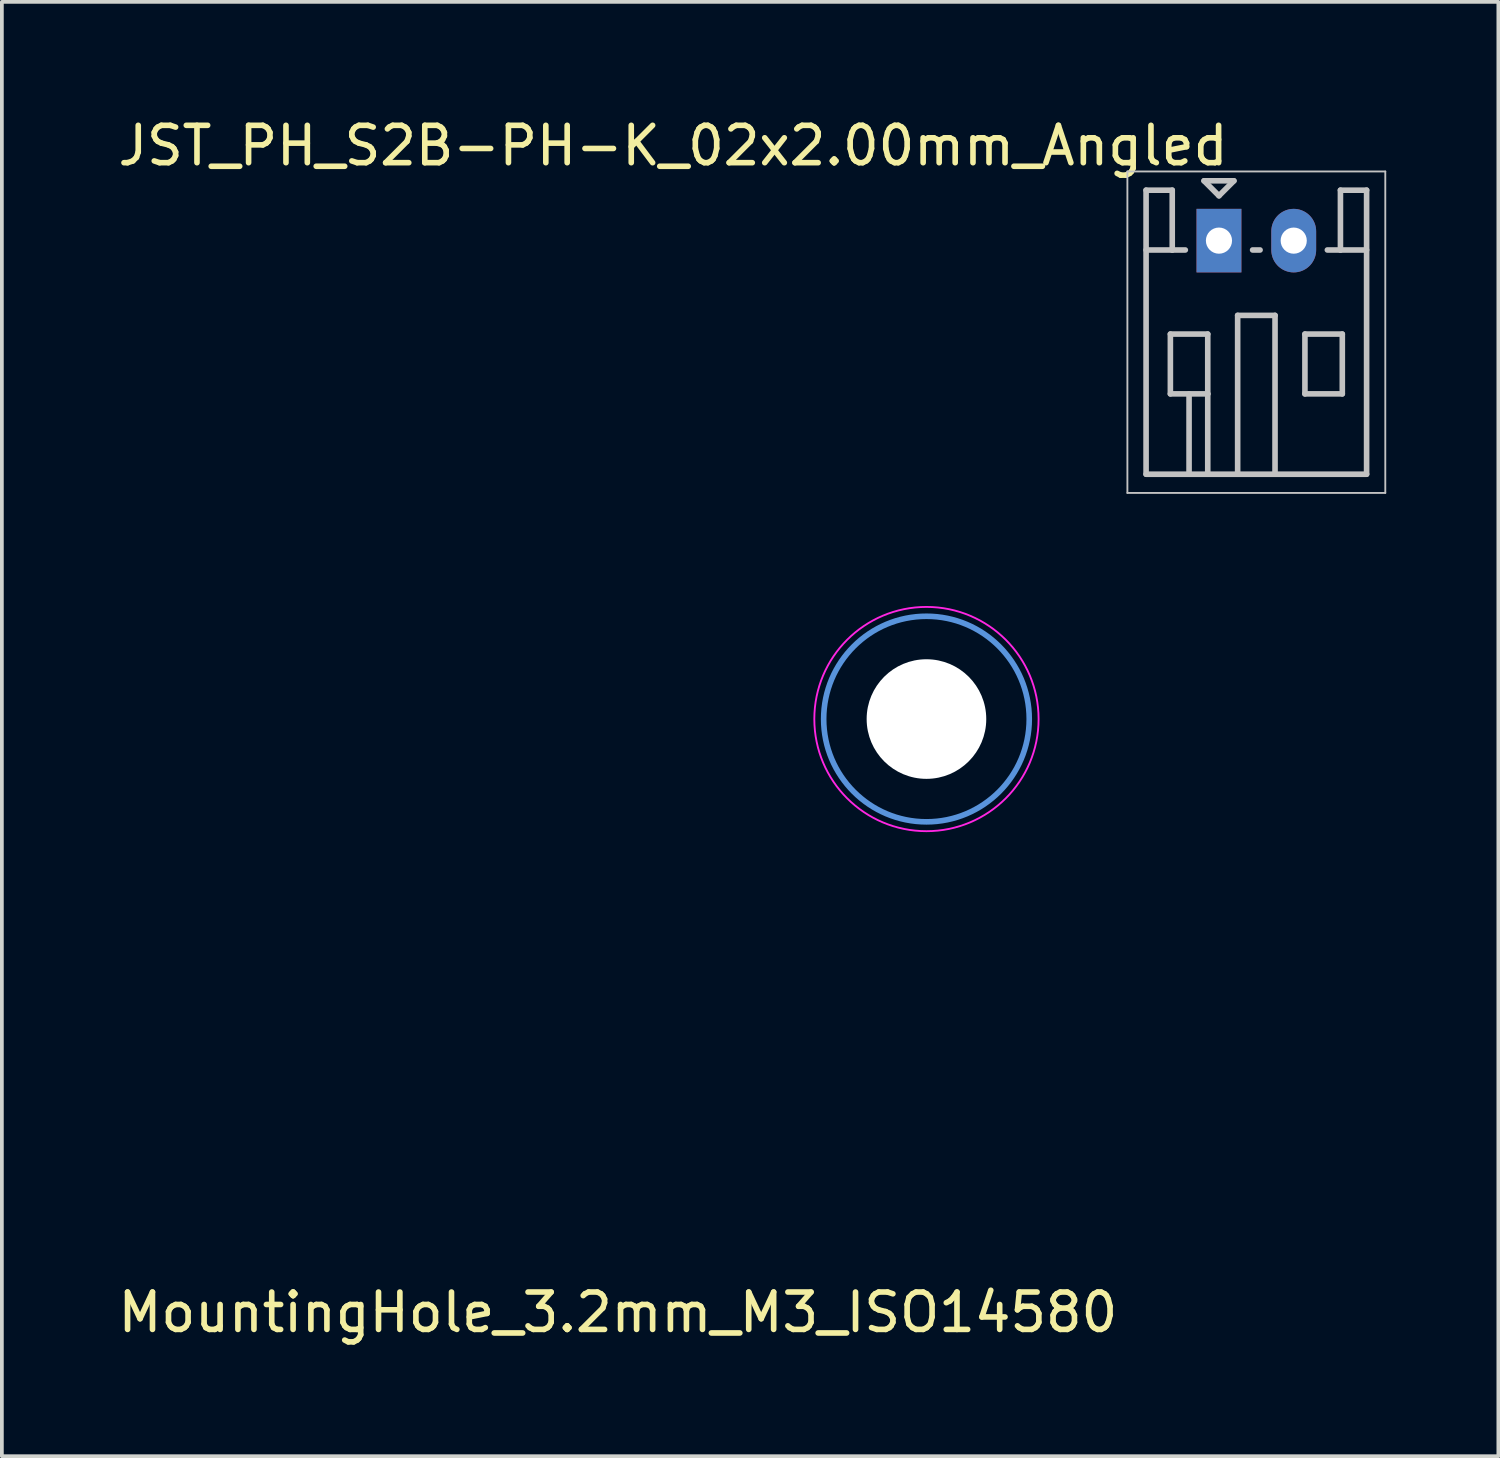
<source format=kicad_pcb>
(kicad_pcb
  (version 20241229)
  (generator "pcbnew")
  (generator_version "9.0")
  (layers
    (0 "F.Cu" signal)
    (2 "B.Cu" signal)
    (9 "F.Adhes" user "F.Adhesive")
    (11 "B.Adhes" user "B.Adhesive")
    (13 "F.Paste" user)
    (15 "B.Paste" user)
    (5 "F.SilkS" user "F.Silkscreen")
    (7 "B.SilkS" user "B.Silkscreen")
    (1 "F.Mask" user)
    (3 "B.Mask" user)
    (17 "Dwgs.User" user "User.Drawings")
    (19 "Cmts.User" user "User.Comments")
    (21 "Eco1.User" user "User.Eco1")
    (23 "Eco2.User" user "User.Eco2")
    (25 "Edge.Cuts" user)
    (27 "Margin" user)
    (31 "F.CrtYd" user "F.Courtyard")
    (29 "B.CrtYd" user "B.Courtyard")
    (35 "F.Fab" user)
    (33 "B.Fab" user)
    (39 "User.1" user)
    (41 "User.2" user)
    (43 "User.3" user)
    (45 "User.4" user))
  (footprint "MountingHole_3.2mm_M3_ISO14580"
    (layer "F.Cu")
    (at 21.737 16.188)
    (property "Reference" "MountingHole_3.2mm_M3_ISO14580" (at -8.255 15.875 0) (layer "F.SilkS") (effects (font (size 1 1) (thickness 0.15))))
    (attr through_hole)
    (fp_circle (center 0 0) (end 2.75 0) (stroke (width 0.15) (type solid)) (fill no) (layer "Cmts.User"))
    (fp_circle (center 0 0) (end 3 0) (stroke (width 0.05) (type solid)) (fill no) (layer "F.CrtYd"))
    (pad "" np_thru_hole circle (at 0 0) (size 3.2 3.2) (drill 3.2) (layers "*.Cu" "*.Mask")))
  (footprint "JST_PH_S2B-PH-K_02x2.00mm_Angled"
    (layer "F.Cu")
    (at 29.563 3.388)
    (property "Reference" "JST_PH_S2B-PH-K_02x2.00mm_Angled" (at -14.605 -2.54 0) (layer "F.SilkS") (effects (font (size 1 1) (thickness 0.15))))
    (attr through_hole)
    (fp_line (start -2.45 -1.85) (end 4.45 -1.85) (stroke (width 0.05) (type solid)) (layer "Dwgs.User"))
    (fp_line (start -2.45 6.75) (end -2.45 -1.85) (stroke (width 0.05) (type solid)) (layer "Dwgs.User"))
    (fp_line (start -1.95 -1.35) (end -1.95 6.25) (stroke (width 0.15) (type solid)) (layer "Dwgs.User"))
    (fp_line (start -1.95 0.25) (end -1.25 0.25) (stroke (width 0.15) (type solid)) (layer "Dwgs.User"))
    (fp_line (start -1.95 6.25) (end 3.95 6.25) (stroke (width 0.15) (type solid)) (layer "Dwgs.User"))
    (fp_line (start -1.3 2.5) (end -1.3 4.1) (stroke (width 0.15) (type solid)) (layer "Dwgs.User"))
    (fp_line (start -1.3 4.1) (end -0.3 4.1) (stroke (width 0.15) (type solid)) (layer "Dwgs.User"))
    (fp_line (start -1.25 -1.35) (end -1.95 -1.35) (stroke (width 0.15) (type solid)) (layer "Dwgs.User"))
    (fp_line (start -1.25 0.25) (end -1.25 -1.35) (stroke (width 0.15) (type solid)) (layer "Dwgs.User"))
    (fp_line (start -0.9 0.25) (end -1.25 0.25) (stroke (width 0.15) (type solid)) (layer "Dwgs.User"))
    (fp_line (start -0.8 4.1) (end -0.8 6.25) (stroke (width 0.15) (type solid)) (layer "Dwgs.User"))
    (fp_line (start -0.4 -1.6) (end 0.4 -1.6) (stroke (width 0.15) (type solid)) (layer "Dwgs.User"))
    (fp_line (start -0.3 2.5) (end -1.3 2.5) (stroke (width 0.15) (type solid)) (layer "Dwgs.User"))
    (fp_line (start -0.3 4.1) (end -0.3 2.5) (stroke (width 0.15) (type solid)) (layer "Dwgs.User"))
    (fp_line (start -0.3 4.1) (end -0.3 6.25) (stroke (width 0.15) (type solid)) (layer "Dwgs.User"))
    (fp_line (start 0 -1.2) (end -0.4 -1.6) (stroke (width 0.15) (type solid)) (layer "Dwgs.User"))
    (fp_line (start 0.4 -1.6) (end 0 -1.2) (stroke (width 0.15) (type solid)) (layer "Dwgs.User"))
    (fp_line (start 0.5 2) (end 1.5 2) (stroke (width 0.15) (type solid)) (layer "Dwgs.User"))
    (fp_line (start 0.5 6.25) (end 0.5 2) (stroke (width 0.15) (type solid)) (layer "Dwgs.User"))
    (fp_line (start 0.9 0.25) (end 1.1 0.25) (stroke (width 0.15) (type solid)) (layer "Dwgs.User"))
    (fp_line (start 1.5 2) (end 1.5 6.25) (stroke (width 0.15) (type solid)) (layer "Dwgs.User"))
    (fp_line (start 2.3 2.5) (end 3.3 2.5) (stroke (width 0.15) (type solid)) (layer "Dwgs.User"))
    (fp_line (start 2.3 4.1) (end 2.3 2.5) (stroke (width 0.15) (type solid)) (layer "Dwgs.User"))
    (fp_line (start 3.25 -1.35) (end 3.25 0.25) (stroke (width 0.15) (type solid)) (layer "Dwgs.User"))
    (fp_line (start 3.25 0.25) (end 2.9 0.25) (stroke (width 0.15) (type solid)) (layer "Dwgs.User"))
    (fp_line (start 3.3 2.5) (end 3.3 4.1) (stroke (width 0.15) (type solid)) (layer "Dwgs.User"))
    (fp_line (start 3.3 4.1) (end 2.3 4.1) (stroke (width 0.15) (type solid)) (layer "Dwgs.User"))
    (fp_line (start 3.95 -1.35) (end 3.25 -1.35) (stroke (width 0.15) (type solid)) (layer "Dwgs.User"))
    (fp_line (start 3.95 0.25) (end 3.25 0.25) (stroke (width 0.15) (type solid)) (layer "Dwgs.User"))
    (fp_line (start 3.95 6.25) (end 3.95 -1.35) (stroke (width 0.15) (type solid)) (layer "Dwgs.User"))
    (fp_line (start 4.45 -1.85) (end 4.45 6.75) (stroke (width 0.05) (type solid)) (layer "Dwgs.User"))
    (fp_line (start 4.45 6.75) (end -2.45 6.75) (stroke (width 0.05) (type solid)) (layer "Dwgs.User"))
    (pad "1" thru_hole rect (at 0 0) (size 1.2 1.7) (drill 0.7) (layers "*.Cu" "*.Mask"))
    (pad "2" thru_hole oval (at 2 0) (size 1.2 1.7) (drill 0.7) (layers "*.Cu" "*.Mask")))
  (gr_rect
    (start -3 -3)
    (end 37.038 35.911)
    (stroke (width 0.1) (type default))
    (fill no)
    (layer "Edge.Cuts")))
</source>
